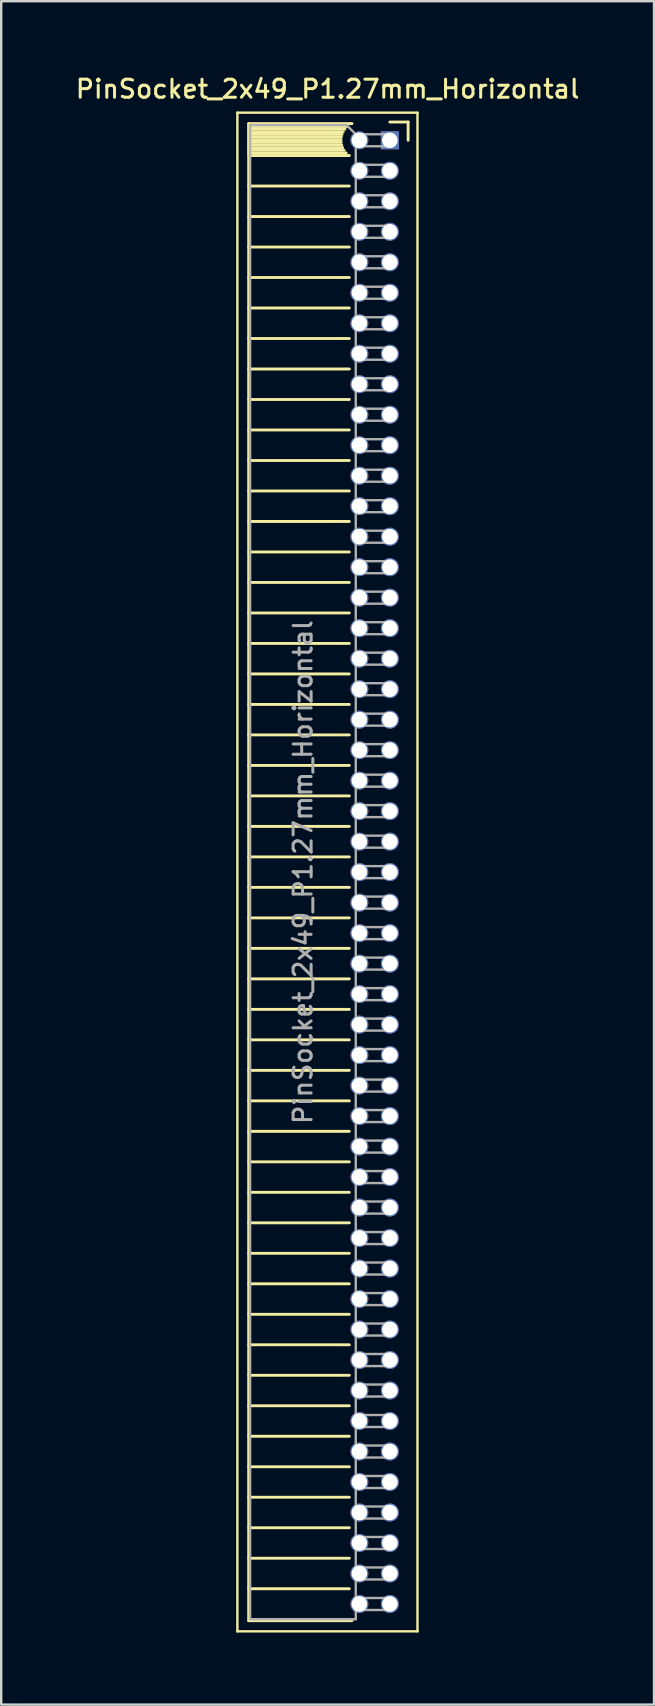
<source format=kicad_pcb>
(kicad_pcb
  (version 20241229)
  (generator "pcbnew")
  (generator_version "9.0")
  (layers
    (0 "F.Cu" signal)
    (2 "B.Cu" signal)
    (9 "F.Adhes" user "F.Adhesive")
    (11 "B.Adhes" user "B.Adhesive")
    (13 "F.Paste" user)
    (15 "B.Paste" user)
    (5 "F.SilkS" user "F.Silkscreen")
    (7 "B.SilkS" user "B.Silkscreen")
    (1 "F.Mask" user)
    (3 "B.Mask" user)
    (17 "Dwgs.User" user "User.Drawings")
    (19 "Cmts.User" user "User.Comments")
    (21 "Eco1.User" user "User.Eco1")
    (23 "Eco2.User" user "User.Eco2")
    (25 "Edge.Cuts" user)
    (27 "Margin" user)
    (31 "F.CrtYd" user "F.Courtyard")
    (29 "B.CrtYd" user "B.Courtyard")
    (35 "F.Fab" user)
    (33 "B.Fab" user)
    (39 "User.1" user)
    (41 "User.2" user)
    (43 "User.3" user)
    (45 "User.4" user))
  (footprint "PinSocket_2x49_P1.27mm_Horizontal"
    (layer "F.Cu")
    (at 13.187 2.793)
    (property "Reference" "PinSocket_2x49_P1.27mm_Horizontal" (at -2.592 -2.135 0) (layer "F.SilkS") (effects (font (size 0.75 0.75) (thickness 0.125))))
    (attr through_hole)
    (fp_line (start -6.35 -1.15) (end -6.35 62.1) (stroke (width 0.1) (type solid)) (layer "F.SilkS"))
    (fp_line (start -6.35 62.1) (end 1.15 62.1) (stroke (width 0.1) (type solid)) (layer "F.SilkS"))
    (fp_line (start -5.88 -0.695) (end -5.88 61.655) (stroke (width 0.12) (type solid)) (layer "F.SilkS"))
    (fp_line (start -5.88 -0.695) (end -1.578 -0.695) (stroke (width 0.12) (type solid)) (layer "F.SilkS"))
    (fp_line (start -5.88 -0.575) (end -1.767 -0.575) (stroke (width 0.12) (type solid)) (layer "F.SilkS"))
    (fp_line (start -5.88 -0.465) (end -1.871 -0.465) (stroke (width 0.12) (type solid)) (layer "F.SilkS"))
    (fp_line (start -5.88 -0.355) (end -1.942 -0.355) (stroke (width 0.12) (type solid)) (layer "F.SilkS"))
    (fp_line (start -5.88 -0.245) (end -1.989 -0.245) (stroke (width 0.12) (type solid)) (layer "F.SilkS"))
    (fp_line (start -5.88 -0.135) (end -2.018 -0.135) (stroke (width 0.12) (type solid)) (layer "F.SilkS"))
    (fp_line (start -5.88 -0.025) (end -2.03 -0.025) (stroke (width 0.12) (type solid)) (layer "F.SilkS"))
    (fp_line (start -5.88 0.085) (end -2.025 0.085) (stroke (width 0.12) (type solid)) (layer "F.SilkS"))
    (fp_line (start -5.88 0.195) (end -2.005 0.195) (stroke (width 0.12) (type solid)) (layer "F.SilkS"))
    (fp_line (start -5.88 0.305) (end -1.966 0.305) (stroke (width 0.12) (type solid)) (layer "F.SilkS"))
    (fp_line (start -5.88 0.415) (end -1.907 0.415) (stroke (width 0.12) (type solid)) (layer "F.SilkS"))
    (fp_line (start -5.88 0.525) (end -1.82 0.525) (stroke (width 0.12) (type solid)) (layer "F.SilkS"))
    (fp_line (start -5.88 0.635) (end -1.688 0.635) (stroke (width 0.12) (type solid)) (layer "F.SilkS"))
    (fp_line (start -5.88 1.905) (end -1.688 1.905) (stroke (width 0.12) (type solid)) (layer "F.SilkS"))
    (fp_line (start -5.88 3.175) (end -1.688 3.175) (stroke (width 0.12) (type solid)) (layer "F.SilkS"))
    (fp_line (start -5.88 4.445) (end -1.688 4.445) (stroke (width 0.12) (type solid)) (layer "F.SilkS"))
    (fp_line (start -5.88 5.715) (end -1.688 5.715) (stroke (width 0.12) (type solid)) (layer "F.SilkS"))
    (fp_line (start -5.88 6.985) (end -1.688 6.985) (stroke (width 0.12) (type solid)) (layer "F.SilkS"))
    (fp_line (start -5.88 8.255) (end -1.688 8.255) (stroke (width 0.12) (type solid)) (layer "F.SilkS"))
    (fp_line (start -5.88 9.525) (end -1.688 9.525) (stroke (width 0.12) (type solid)) (layer "F.SilkS"))
    (fp_line (start -5.88 10.795) (end -1.688 10.795) (stroke (width 0.12) (type solid)) (layer "F.SilkS"))
    (fp_line (start -5.88 12.065) (end -1.688 12.065) (stroke (width 0.12) (type solid)) (layer "F.SilkS"))
    (fp_line (start -5.88 13.335) (end -1.688 13.335) (stroke (width 0.12) (type solid)) (layer "F.SilkS"))
    (fp_line (start -5.88 14.605) (end -1.688 14.605) (stroke (width 0.12) (type solid)) (layer "F.SilkS"))
    (fp_line (start -5.88 15.875) (end -1.688 15.875) (stroke (width 0.12) (type solid)) (layer "F.SilkS"))
    (fp_line (start -5.88 17.145) (end -1.688 17.145) (stroke (width 0.12) (type solid)) (layer "F.SilkS"))
    (fp_line (start -5.88 18.415) (end -1.688 18.415) (stroke (width 0.12) (type solid)) (layer "F.SilkS"))
    (fp_line (start -5.88 19.685) (end -1.688 19.685) (stroke (width 0.12) (type solid)) (layer "F.SilkS"))
    (fp_line (start -5.88 20.955) (end -1.688 20.955) (stroke (width 0.12) (type solid)) (layer "F.SilkS"))
    (fp_line (start -5.88 22.225) (end -1.688 22.225) (stroke (width 0.12) (type solid)) (layer "F.SilkS"))
    (fp_line (start -5.88 23.495) (end -1.688 23.495) (stroke (width 0.12) (type solid)) (layer "F.SilkS"))
    (fp_line (start -5.88 24.765) (end -1.688 24.765) (stroke (width 0.12) (type solid)) (layer "F.SilkS"))
    (fp_line (start -5.88 26.035) (end -1.688 26.035) (stroke (width 0.12) (type solid)) (layer "F.SilkS"))
    (fp_line (start -5.88 27.305) (end -1.688 27.305) (stroke (width 0.12) (type solid)) (layer "F.SilkS"))
    (fp_line (start -5.88 28.575) (end -1.688 28.575) (stroke (width 0.12) (type solid)) (layer "F.SilkS"))
    (fp_line (start -5.88 29.845) (end -1.688 29.845) (stroke (width 0.12) (type solid)) (layer "F.SilkS"))
    (fp_line (start -5.88 31.115) (end -1.688 31.115) (stroke (width 0.12) (type solid)) (layer "F.SilkS"))
    (fp_line (start -5.88 32.385) (end -1.688 32.385) (stroke (width 0.12) (type solid)) (layer "F.SilkS"))
    (fp_line (start -5.88 33.655) (end -1.688 33.655) (stroke (width 0.12) (type solid)) (layer "F.SilkS"))
    (fp_line (start -5.88 34.925) (end -1.688 34.925) (stroke (width 0.12) (type solid)) (layer "F.SilkS"))
    (fp_line (start -5.88 36.195) (end -1.688 36.195) (stroke (width 0.12) (type solid)) (layer "F.SilkS"))
    (fp_line (start -5.88 37.465) (end -1.688 37.465) (stroke (width 0.12) (type solid)) (layer "F.SilkS"))
    (fp_line (start -5.88 38.735) (end -1.688 38.735) (stroke (width 0.12) (type solid)) (layer "F.SilkS"))
    (fp_line (start -5.88 40.005) (end -1.688 40.005) (stroke (width 0.12) (type solid)) (layer "F.SilkS"))
    (fp_line (start -5.88 41.275) (end -1.688 41.275) (stroke (width 0.12) (type solid)) (layer "F.SilkS"))
    (fp_line (start -5.88 42.545) (end -1.688 42.545) (stroke (width 0.12) (type solid)) (layer "F.SilkS"))
    (fp_line (start -5.88 43.815) (end -1.688 43.815) (stroke (width 0.12) (type solid)) (layer "F.SilkS"))
    (fp_line (start -5.88 45.085) (end -1.688 45.085) (stroke (width 0.12) (type solid)) (layer "F.SilkS"))
    (fp_line (start -5.88 46.355) (end -1.688 46.355) (stroke (width 0.12) (type solid)) (layer "F.SilkS"))
    (fp_line (start -5.88 47.625) (end -1.688 47.625) (stroke (width 0.12) (type solid)) (layer "F.SilkS"))
    (fp_line (start -5.88 48.895) (end -1.688 48.895) (stroke (width 0.12) (type solid)) (layer "F.SilkS"))
    (fp_line (start -5.88 50.165) (end -1.688 50.165) (stroke (width 0.12) (type solid)) (layer "F.SilkS"))
    (fp_line (start -5.88 51.435) (end -1.688 51.435) (stroke (width 0.12) (type solid)) (layer "F.SilkS"))
    (fp_line (start -5.88 52.705) (end -1.688 52.705) (stroke (width 0.12) (type solid)) (layer "F.SilkS"))
    (fp_line (start -5.88 53.975) (end -1.688 53.975) (stroke (width 0.12) (type solid)) (layer "F.SilkS"))
    (fp_line (start -5.88 55.245) (end -1.688 55.245) (stroke (width 0.12) (type solid)) (layer "F.SilkS"))
    (fp_line (start -5.88 56.515) (end -1.688 56.515) (stroke (width 0.12) (type solid)) (layer "F.SilkS"))
    (fp_line (start -5.88 57.785) (end -1.688 57.785) (stroke (width 0.12) (type solid)) (layer "F.SilkS"))
    (fp_line (start -5.88 59.055) (end -1.688 59.055) (stroke (width 0.12) (type solid)) (layer "F.SilkS"))
    (fp_line (start -5.88 60.325) (end -1.688 60.325) (stroke (width 0.12) (type solid)) (layer "F.SilkS"))
    (fp_line (start -5.88 61.655) (end -1.578 61.655) (stroke (width 0.12) (type solid)) (layer "F.SilkS"))
    (fp_line (start 0 -0.76) (end 0.76 -0.76) (stroke (width 0.12) (type solid)) (layer "F.SilkS"))
    (fp_line (start 0.76 -0.76) (end 0.76 0) (stroke (width 0.12) (type solid)) (layer "F.SilkS"))
    (fp_line (start 1.15 -1.15) (end -6.35 -1.15) (stroke (width 0.1) (type solid)) (layer "F.SilkS"))
    (fp_line (start 1.15 62.1) (end 1.15 -1.15) (stroke (width 0.1) (type solid)) (layer "F.SilkS"))
    (fp_line (start -5.82 -0.635) (end -1.805 -0.635) (stroke (width 0.1) (type solid)) (layer "F.Fab"))
    (fp_line (start -5.82 61.595) (end -5.82 -0.635) (stroke (width 0.1) (type solid)) (layer "F.Fab"))
    (fp_line (start -1.805 -0.635) (end -1.42 -0.25) (stroke (width 0.1) (type solid)) (layer "F.Fab"))
    (fp_line (start -1.42 -0.25) (end -1.42 61.595) (stroke (width 0.1) (type solid)) (layer "F.Fab"))
    (fp_line (start -1.42 0.25) (end 0 0.25) (stroke (width 0.1) (type solid)) (layer "F.Fab"))
    (fp_line (start -1.42 1.52) (end 0 1.52) (stroke (width 0.1) (type solid)) (layer "F.Fab"))
    (fp_line (start -1.42 2.79) (end 0 2.79) (stroke (width 0.1) (type solid)) (layer "F.Fab"))
    (fp_line (start -1.42 4.06) (end 0 4.06) (stroke (width 0.1) (type solid)) (layer "F.Fab"))
    (fp_line (start -1.42 5.33) (end 0 5.33) (stroke (width 0.1) (type solid)) (layer "F.Fab"))
    (fp_line (start -1.42 6.6) (end 0 6.6) (stroke (width 0.1) (type solid)) (layer "F.Fab"))
    (fp_line (start -1.42 7.87) (end 0 7.87) (stroke (width 0.1) (type solid)) (layer "F.Fab"))
    (fp_line (start -1.42 9.14) (end 0 9.14) (stroke (width 0.1) (type solid)) (layer "F.Fab"))
    (fp_line (start -1.42 10.41) (end 0 10.41) (stroke (width 0.1) (type solid)) (layer "F.Fab"))
    (fp_line (start -1.42 11.68) (end 0 11.68) (stroke (width 0.1) (type solid)) (layer "F.Fab"))
    (fp_line (start -1.42 12.95) (end 0 12.95) (stroke (width 0.1) (type solid)) (layer "F.Fab"))
    (fp_line (start -1.42 14.22) (end 0 14.22) (stroke (width 0.1) (type solid)) (layer "F.Fab"))
    (fp_line (start -1.42 15.49) (end 0 15.49) (stroke (width 0.1) (type solid)) (layer "F.Fab"))
    (fp_line (start -1.42 16.76) (end 0 16.76) (stroke (width 0.1) (type solid)) (layer "F.Fab"))
    (fp_line (start -1.42 18.03) (end 0 18.03) (stroke (width 0.1) (type solid)) (layer "F.Fab"))
    (fp_line (start -1.42 19.3) (end 0 19.3) (stroke (width 0.1) (type solid)) (layer "F.Fab"))
    (fp_line (start -1.42 20.57) (end 0 20.57) (stroke (width 0.1) (type solid)) (layer "F.Fab"))
    (fp_line (start -1.42 21.84) (end 0 21.84) (stroke (width 0.1) (type solid)) (layer "F.Fab"))
    (fp_line (start -1.42 23.11) (end 0 23.11) (stroke (width 0.1) (type solid)) (layer "F.Fab"))
    (fp_line (start -1.42 24.38) (end 0 24.38) (stroke (width 0.1) (type solid)) (layer "F.Fab"))
    (fp_line (start -1.42 25.65) (end 0 25.65) (stroke (width 0.1) (type solid)) (layer "F.Fab"))
    (fp_line (start -1.42 26.92) (end 0 26.92) (stroke (width 0.1) (type solid)) (layer "F.Fab"))
    (fp_line (start -1.42 28.19) (end 0 28.19) (stroke (width 0.1) (type solid)) (layer "F.Fab"))
    (fp_line (start -1.42 29.46) (end 0 29.46) (stroke (width 0.1) (type solid)) (layer "F.Fab"))
    (fp_line (start -1.42 30.73) (end 0 30.73) (stroke (width 0.1) (type solid)) (layer "F.Fab"))
    (fp_line (start -1.42 32) (end 0 32) (stroke (width 0.1) (type solid)) (layer "F.Fab"))
    (fp_line (start -1.42 33.27) (end 0 33.27) (stroke (width 0.1) (type solid)) (layer "F.Fab"))
    (fp_line (start -1.42 34.54) (end 0 34.54) (stroke (width 0.1) (type solid)) (layer "F.Fab"))
    (fp_line (start -1.42 35.81) (end 0 35.81) (stroke (width 0.1) (type solid)) (layer "F.Fab"))
    (fp_line (start -1.42 37.08) (end 0 37.08) (stroke (width 0.1) (type solid)) (layer "F.Fab"))
    (fp_line (start -1.42 38.35) (end 0 38.35) (stroke (width 0.1) (type solid)) (layer "F.Fab"))
    (fp_line (start -1.42 39.62) (end 0 39.62) (stroke (width 0.1) (type solid)) (layer "F.Fab"))
    (fp_line (start -1.42 40.89) (end 0 40.89) (stroke (width 0.1) (type solid)) (layer "F.Fab"))
    (fp_line (start -1.42 42.16) (end 0 42.16) (stroke (width 0.1) (type solid)) (layer "F.Fab"))
    (fp_line (start -1.42 43.43) (end 0 43.43) (stroke (width 0.1) (type solid)) (layer "F.Fab"))
    (fp_line (start -1.42 44.7) (end 0 44.7) (stroke (width 0.1) (type solid)) (layer "F.Fab"))
    (fp_line (start -1.42 45.97) (end 0 45.97) (stroke (width 0.1) (type solid)) (layer "F.Fab"))
    (fp_line (start -1.42 47.24) (end 0 47.24) (stroke (width 0.1) (type solid)) (layer "F.Fab"))
    (fp_line (start -1.42 48.51) (end 0 48.51) (stroke (width 0.1) (type solid)) (layer "F.Fab"))
    (fp_line (start -1.42 49.78) (end 0 49.78) (stroke (width 0.1) (type solid)) (layer "F.Fab"))
    (fp_line (start -1.42 51.05) (end 0 51.05) (stroke (width 0.1) (type solid)) (layer "F.Fab"))
    (fp_line (start -1.42 52.32) (end 0 52.32) (stroke (width 0.1) (type solid)) (layer "F.Fab"))
    (fp_line (start -1.42 53.59) (end 0 53.59) (stroke (width 0.1) (type solid)) (layer "F.Fab"))
    (fp_line (start -1.42 54.86) (end 0 54.86) (stroke (width 0.1) (type solid)) (layer "F.Fab"))
    (fp_line (start -1.42 56.13) (end 0 56.13) (stroke (width 0.1) (type solid)) (layer "F.Fab"))
    (fp_line (start -1.42 57.4) (end 0 57.4) (stroke (width 0.1) (type solid)) (layer "F.Fab"))
    (fp_line (start -1.42 58.67) (end 0 58.67) (stroke (width 0.1) (type solid)) (layer "F.Fab"))
    (fp_line (start -1.42 59.94) (end 0 59.94) (stroke (width 0.1) (type solid)) (layer "F.Fab"))
    (fp_line (start -1.42 61.21) (end 0 61.21) (stroke (width 0.1) (type solid)) (layer "F.Fab"))
    (fp_line (start -1.42 61.595) (end -5.82 61.595) (stroke (width 0.1) (type solid)) (layer "F.Fab"))
    (fp_line (start 0 -0.25) (end -1.42 -0.25) (stroke (width 0.1) (type solid)) (layer "F.Fab"))
    (fp_line (start 0 0.25) (end 0 -0.25) (stroke (width 0.1) (type solid)) (layer "F.Fab"))
    (fp_line (start 0 1.02) (end -1.42 1.02) (stroke (width 0.1) (type solid)) (layer "F.Fab"))
    (fp_line (start 0 1.52) (end 0 1.02) (stroke (width 0.1) (type solid)) (layer "F.Fab"))
    (fp_line (start 0 2.29) (end -1.42 2.29) (stroke (width 0.1) (type solid)) (layer "F.Fab"))
    (fp_line (start 0 2.79) (end 0 2.29) (stroke (width 0.1) (type solid)) (layer "F.Fab"))
    (fp_line (start 0 3.56) (end -1.42 3.56) (stroke (width 0.1) (type solid)) (layer "F.Fab"))
    (fp_line (start 0 4.06) (end 0 3.56) (stroke (width 0.1) (type solid)) (layer "F.Fab"))
    (fp_line (start 0 4.83) (end -1.42 4.83) (stroke (width 0.1) (type solid)) (layer "F.Fab"))
    (fp_line (start 0 5.33) (end 0 4.83) (stroke (width 0.1) (type solid)) (layer "F.Fab"))
    (fp_line (start 0 6.1) (end -1.42 6.1) (stroke (width 0.1) (type solid)) (layer "F.Fab"))
    (fp_line (start 0 6.6) (end 0 6.1) (stroke (width 0.1) (type solid)) (layer "F.Fab"))
    (fp_line (start 0 7.37) (end -1.42 7.37) (stroke (width 0.1) (type solid)) (layer "F.Fab"))
    (fp_line (start 0 7.87) (end 0 7.37) (stroke (width 0.1) (type solid)) (layer "F.Fab"))
    (fp_line (start 0 8.64) (end -1.42 8.64) (stroke (width 0.1) (type solid)) (layer "F.Fab"))
    (fp_line (start 0 9.14) (end 0 8.64) (stroke (width 0.1) (type solid)) (layer "F.Fab"))
    (fp_line (start 0 9.91) (end -1.42 9.91) (stroke (width 0.1) (type solid)) (layer "F.Fab"))
    (fp_line (start 0 10.41) (end 0 9.91) (stroke (width 0.1) (type solid)) (layer "F.Fab"))
    (fp_line (start 0 11.18) (end -1.42 11.18) (stroke (width 0.1) (type solid)) (layer "F.Fab"))
    (fp_line (start 0 11.68) (end 0 11.18) (stroke (width 0.1) (type solid)) (layer "F.Fab"))
    (fp_line (start 0 12.45) (end -1.42 12.45) (stroke (width 0.1) (type solid)) (layer "F.Fab"))
    (fp_line (start 0 12.95) (end 0 12.45) (stroke (width 0.1) (type solid)) (layer "F.Fab"))
    (fp_line (start 0 13.72) (end -1.42 13.72) (stroke (width 0.1) (type solid)) (layer "F.Fab"))
    (fp_line (start 0 14.22) (end 0 13.72) (stroke (width 0.1) (type solid)) (layer "F.Fab"))
    (fp_line (start 0 14.99) (end -1.42 14.99) (stroke (width 0.1) (type solid)) (layer "F.Fab"))
    (fp_line (start 0 15.49) (end 0 14.99) (stroke (width 0.1) (type solid)) (layer "F.Fab"))
    (fp_line (start 0 16.26) (end -1.42 16.26) (stroke (width 0.1) (type solid)) (layer "F.Fab"))
    (fp_line (start 0 16.76) (end 0 16.26) (stroke (width 0.1) (type solid)) (layer "F.Fab"))
    (fp_line (start 0 17.53) (end -1.42 17.53) (stroke (width 0.1) (type solid)) (layer "F.Fab"))
    (fp_line (start 0 18.03) (end 0 17.53) (stroke (width 0.1) (type solid)) (layer "F.Fab"))
    (fp_line (start 0 18.8) (end -1.42 18.8) (stroke (width 0.1) (type solid)) (layer "F.Fab"))
    (fp_line (start 0 19.3) (end 0 18.8) (stroke (width 0.1) (type solid)) (layer "F.Fab"))
    (fp_line (start 0 20.07) (end -1.42 20.07) (stroke (width 0.1) (type solid)) (layer "F.Fab"))
    (fp_line (start 0 20.57) (end 0 20.07) (stroke (width 0.1) (type solid)) (layer "F.Fab"))
    (fp_line (start 0 21.34) (end -1.42 21.34) (stroke (width 0.1) (type solid)) (layer "F.Fab"))
    (fp_line (start 0 21.84) (end 0 21.34) (stroke (width 0.1) (type solid)) (layer "F.Fab"))
    (fp_line (start 0 22.61) (end -1.42 22.61) (stroke (width 0.1) (type solid)) (layer "F.Fab"))
    (fp_line (start 0 23.11) (end 0 22.61) (stroke (width 0.1) (type solid)) (layer "F.Fab"))
    (fp_line (start 0 23.88) (end -1.42 23.88) (stroke (width 0.1) (type solid)) (layer "F.Fab"))
    (fp_line (start 0 24.38) (end 0 23.88) (stroke (width 0.1) (type solid)) (layer "F.Fab"))
    (fp_line (start 0 25.15) (end -1.42 25.15) (stroke (width 0.1) (type solid)) (layer "F.Fab"))
    (fp_line (start 0 25.65) (end 0 25.15) (stroke (width 0.1) (type solid)) (layer "F.Fab"))
    (fp_line (start 0 26.42) (end -1.42 26.42) (stroke (width 0.1) (type solid)) (layer "F.Fab"))
    (fp_line (start 0 26.92) (end 0 26.42) (stroke (width 0.1) (type solid)) (layer "F.Fab"))
    (fp_line (start 0 27.69) (end -1.42 27.69) (stroke (width 0.1) (type solid)) (layer "F.Fab"))
    (fp_line (start 0 28.19) (end 0 27.69) (stroke (width 0.1) (type solid)) (layer "F.Fab"))
    (fp_line (start 0 28.96) (end -1.42 28.96) (stroke (width 0.1) (type solid)) (layer "F.Fab"))
    (fp_line (start 0 29.46) (end 0 28.96) (stroke (width 0.1) (type solid)) (layer "F.Fab"))
    (fp_line (start 0 30.23) (end -1.42 30.23) (stroke (width 0.1) (type solid)) (layer "F.Fab"))
    (fp_line (start 0 30.73) (end 0 30.23) (stroke (width 0.1) (type solid)) (layer "F.Fab"))
    (fp_line (start 0 31.5) (end -1.42 31.5) (stroke (width 0.1) (type solid)) (layer "F.Fab"))
    (fp_line (start 0 32) (end 0 31.5) (stroke (width 0.1) (type solid)) (layer "F.Fab"))
    (fp_line (start 0 32.77) (end -1.42 32.77) (stroke (width 0.1) (type solid)) (layer "F.Fab"))
    (fp_line (start 0 33.27) (end 0 32.77) (stroke (width 0.1) (type solid)) (layer "F.Fab"))
    (fp_line (start 0 34.04) (end -1.42 34.04) (stroke (width 0.1) (type solid)) (layer "F.Fab"))
    (fp_line (start 0 34.54) (end 0 34.04) (stroke (width 0.1) (type solid)) (layer "F.Fab"))
    (fp_line (start 0 35.31) (end -1.42 35.31) (stroke (width 0.1) (type solid)) (layer "F.Fab"))
    (fp_line (start 0 35.81) (end 0 35.31) (stroke (width 0.1) (type solid)) (layer "F.Fab"))
    (fp_line (start 0 36.58) (end -1.42 36.58) (stroke (width 0.1) (type solid)) (layer "F.Fab"))
    (fp_line (start 0 37.08) (end 0 36.58) (stroke (width 0.1) (type solid)) (layer "F.Fab"))
    (fp_line (start 0 37.85) (end -1.42 37.85) (stroke (width 0.1) (type solid)) (layer "F.Fab"))
    (fp_line (start 0 38.35) (end 0 37.85) (stroke (width 0.1) (type solid)) (layer "F.Fab"))
    (fp_line (start 0 39.12) (end -1.42 39.12) (stroke (width 0.1) (type solid)) (layer "F.Fab"))
    (fp_line (start 0 39.62) (end 0 39.12) (stroke (width 0.1) (type solid)) (layer "F.Fab"))
    (fp_line (start 0 40.39) (end -1.42 40.39) (stroke (width 0.1) (type solid)) (layer "F.Fab"))
    (fp_line (start 0 40.89) (end 0 40.39) (stroke (width 0.1) (type solid)) (layer "F.Fab"))
    (fp_line (start 0 41.66) (end -1.42 41.66) (stroke (width 0.1) (type solid)) (layer "F.Fab"))
    (fp_line (start 0 42.16) (end 0 41.66) (stroke (width 0.1) (type solid)) (layer "F.Fab"))
    (fp_line (start 0 42.93) (end -1.42 42.93) (stroke (width 0.1) (type solid)) (layer "F.Fab"))
    (fp_line (start 0 43.43) (end 0 42.93) (stroke (width 0.1) (type solid)) (layer "F.Fab"))
    (fp_line (start 0 44.2) (end -1.42 44.2) (stroke (width 0.1) (type solid)) (layer "F.Fab"))
    (fp_line (start 0 44.7) (end 0 44.2) (stroke (width 0.1) (type solid)) (layer "F.Fab"))
    (fp_line (start 0 45.47) (end -1.42 45.47) (stroke (width 0.1) (type solid)) (layer "F.Fab"))
    (fp_line (start 0 45.97) (end 0 45.47) (stroke (width 0.1) (type solid)) (layer "F.Fab"))
    (fp_line (start 0 46.74) (end -1.42 46.74) (stroke (width 0.1) (type solid)) (layer "F.Fab"))
    (fp_line (start 0 47.24) (end 0 46.74) (stroke (width 0.1) (type solid)) (layer "F.Fab"))
    (fp_line (start 0 48.01) (end -1.42 48.01) (stroke (width 0.1) (type solid)) (layer "F.Fab"))
    (fp_line (start 0 48.51) (end 0 48.01) (stroke (width 0.1) (type solid)) (layer "F.Fab"))
    (fp_line (start 0 49.28) (end -1.42 49.28) (stroke (width 0.1) (type solid)) (layer "F.Fab"))
    (fp_line (start 0 49.78) (end 0 49.28) (stroke (width 0.1) (type solid)) (layer "F.Fab"))
    (fp_line (start 0 50.55) (end -1.42 50.55) (stroke (width 0.1) (type solid)) (layer "F.Fab"))
    (fp_line (start 0 51.05) (end 0 50.55) (stroke (width 0.1) (type solid)) (layer "F.Fab"))
    (fp_line (start 0 51.82) (end -1.42 51.82) (stroke (width 0.1) (type solid)) (layer "F.Fab"))
    (fp_line (start 0 52.32) (end 0 51.82) (stroke (width 0.1) (type solid)) (layer "F.Fab"))
    (fp_line (start 0 53.09) (end -1.42 53.09) (stroke (width 0.1) (type solid)) (layer "F.Fab"))
    (fp_line (start 0 53.59) (end 0 53.09) (stroke (width 0.1) (type solid)) (layer "F.Fab"))
    (fp_line (start 0 54.36) (end -1.42 54.36) (stroke (width 0.1) (type solid)) (layer "F.Fab"))
    (fp_line (start 0 54.86) (end 0 54.36) (stroke (width 0.1) (type solid)) (layer "F.Fab"))
    (fp_line (start 0 55.63) (end -1.42 55.63) (stroke (width 0.1) (type solid)) (layer "F.Fab"))
    (fp_line (start 0 56.13) (end 0 55.63) (stroke (width 0.1) (type solid)) (layer "F.Fab"))
    (fp_line (start 0 56.9) (end -1.42 56.9) (stroke (width 0.1) (type solid)) (layer "F.Fab"))
    (fp_line (start 0 57.4) (end 0 56.9) (stroke (width 0.1) (type solid)) (layer "F.Fab"))
    (fp_line (start 0 58.17) (end -1.42 58.17) (stroke (width 0.1) (type solid)) (layer "F.Fab"))
    (fp_line (start 0 58.67) (end 0 58.17) (stroke (width 0.1) (type solid)) (layer "F.Fab"))
    (fp_line (start 0 59.44) (end -1.42 59.44) (stroke (width 0.1) (type solid)) (layer "F.Fab"))
    (fp_line (start 0 59.94) (end 0 59.44) (stroke (width 0.1) (type solid)) (layer "F.Fab"))
    (fp_line (start 0 60.71) (end -1.42 60.71) (stroke (width 0.1) (type solid)) (layer "F.Fab"))
    (fp_line (start 0 61.21) (end 0 60.71) (stroke (width 0.1) (type solid)) (layer "F.Fab"))
    (fp_text user "${REFERENCE}" (at -3.62 30.48 90) (layer "F.Fab") (effects (font (size 0.75 0.75) (thickness 0.125))))
    (pad "1" thru_hole rect (at 0 0) (size 0.75 0.75) (drill 0.65) (layers "*.Cu" "*.Mask"))
    (pad "2" thru_hole oval (at -1.27 0) (size 0.75 0.75) (drill 0.65) (layers "*.Cu" "*.Mask"))
    (pad "3" thru_hole oval (at 0 1.27) (size 0.75 0.75) (drill 0.65) (layers "*.Cu" "*.Mask"))
    (pad "4" thru_hole oval (at -1.27 1.27) (size 0.75 0.75) (drill 0.65) (layers "*.Cu" "*.Mask"))
    (pad "5" thru_hole oval (at 0 2.54) (size 0.75 0.75) (drill 0.65) (layers "*.Cu" "*.Mask"))
    (pad "6" thru_hole oval (at -1.27 2.54) (size 0.75 0.75) (drill 0.65) (layers "*.Cu" "*.Mask"))
    (pad "7" thru_hole oval (at 0 3.81) (size 0.75 0.75) (drill 0.65) (layers "*.Cu" "*.Mask"))
    (pad "8" thru_hole oval (at -1.27 3.81) (size 0.75 0.75) (drill 0.65) (layers "*.Cu" "*.Mask"))
    (pad "9" thru_hole oval (at 0 5.08) (size 0.75 0.75) (drill 0.65) (layers "*.Cu" "*.Mask"))
    (pad "10" thru_hole oval (at -1.27 5.08) (size 0.75 0.75) (drill 0.65) (layers "*.Cu" "*.Mask"))
    (pad "11" thru_hole oval (at 0 6.35) (size 0.75 0.75) (drill 0.65) (layers "*.Cu" "*.Mask"))
    (pad "12" thru_hole oval (at -1.27 6.35) (size 0.75 0.75) (drill 0.65) (layers "*.Cu" "*.Mask"))
    (pad "13" thru_hole oval (at 0 7.62) (size 0.75 0.75) (drill 0.65) (layers "*.Cu" "*.Mask"))
    (pad "14" thru_hole oval (at -1.27 7.62) (size 0.75 0.75) (drill 0.65) (layers "*.Cu" "*.Mask"))
    (pad "15" thru_hole oval (at 0 8.89) (size 0.75 0.75) (drill 0.65) (layers "*.Cu" "*.Mask"))
    (pad "16" thru_hole oval (at -1.27 8.89) (size 0.75 0.75) (drill 0.65) (layers "*.Cu" "*.Mask"))
    (pad "17" thru_hole oval (at 0 10.16) (size 0.75 0.75) (drill 0.65) (layers "*.Cu" "*.Mask"))
    (pad "18" thru_hole oval (at -1.27 10.16) (size 0.75 0.75) (drill 0.65) (layers "*.Cu" "*.Mask"))
    (pad "19" thru_hole oval (at 0 11.43) (size 0.75 0.75) (drill 0.65) (layers "*.Cu" "*.Mask"))
    (pad "20" thru_hole oval (at -1.27 11.43) (size 0.75 0.75) (drill 0.65) (layers "*.Cu" "*.Mask"))
    (pad "21" thru_hole oval (at 0 12.7) (size 0.75 0.75) (drill 0.65) (layers "*.Cu" "*.Mask"))
    (pad "22" thru_hole oval (at -1.27 12.7) (size 0.75 0.75) (drill 0.65) (layers "*.Cu" "*.Mask"))
    (pad "23" thru_hole oval (at 0 13.97) (size 0.75 0.75) (drill 0.65) (layers "*.Cu" "*.Mask"))
    (pad "24" thru_hole oval (at -1.27 13.97) (size 0.75 0.75) (drill 0.65) (layers "*.Cu" "*.Mask"))
    (pad "25" thru_hole oval (at 0 15.24) (size 0.75 0.75) (drill 0.65) (layers "*.Cu" "*.Mask"))
    (pad "26" thru_hole oval (at -1.27 15.24) (size 0.75 0.75) (drill 0.65) (layers "*.Cu" "*.Mask"))
    (pad "27" thru_hole oval (at 0 16.51) (size 0.75 0.75) (drill 0.65) (layers "*.Cu" "*.Mask"))
    (pad "28" thru_hole oval (at -1.27 16.51) (size 0.75 0.75) (drill 0.65) (layers "*.Cu" "*.Mask"))
    (pad "29" thru_hole oval (at 0 17.78) (size 0.75 0.75) (drill 0.65) (layers "*.Cu" "*.Mask"))
    (pad "30" thru_hole oval (at -1.27 17.78) (size 0.75 0.75) (drill 0.65) (layers "*.Cu" "*.Mask"))
    (pad "31" thru_hole oval (at 0 19.05) (size 0.75 0.75) (drill 0.65) (layers "*.Cu" "*.Mask"))
    (pad "32" thru_hole oval (at -1.27 19.05) (size 0.75 0.75) (drill 0.65) (layers "*.Cu" "*.Mask"))
    (pad "33" thru_hole oval (at 0 20.32) (size 0.75 0.75) (drill 0.65) (layers "*.Cu" "*.Mask"))
    (pad "34" thru_hole oval (at -1.27 20.32) (size 0.75 0.75) (drill 0.65) (layers "*.Cu" "*.Mask"))
    (pad "35" thru_hole oval (at 0 21.59) (size 0.75 0.75) (drill 0.65) (layers "*.Cu" "*.Mask"))
    (pad "36" thru_hole oval (at -1.27 21.59) (size 0.75 0.75) (drill 0.65) (layers "*.Cu" "*.Mask"))
    (pad "37" thru_hole oval (at 0 22.86) (size 0.75 0.75) (drill 0.65) (layers "*.Cu" "*.Mask"))
    (pad "38" thru_hole oval (at -1.27 22.86) (size 0.75 0.75) (drill 0.65) (layers "*.Cu" "*.Mask"))
    (pad "39" thru_hole oval (at 0 24.13) (size 0.75 0.75) (drill 0.65) (layers "*.Cu" "*.Mask"))
    (pad "40" thru_hole oval (at -1.27 24.13) (size 0.75 0.75) (drill 0.65) (layers "*.Cu" "*.Mask"))
    (pad "41" thru_hole oval (at 0 25.4) (size 0.75 0.75) (drill 0.65) (layers "*.Cu" "*.Mask"))
    (pad "42" thru_hole oval (at -1.27 25.4) (size 0.75 0.75) (drill 0.65) (layers "*.Cu" "*.Mask"))
    (pad "43" thru_hole oval (at 0 26.67) (size 0.75 0.75) (drill 0.65) (layers "*.Cu" "*.Mask"))
    (pad "44" thru_hole oval (at -1.27 26.67) (size 0.75 0.75) (drill 0.65) (layers "*.Cu" "*.Mask"))
    (pad "45" thru_hole oval (at 0 27.94) (size 0.75 0.75) (drill 0.65) (layers "*.Cu" "*.Mask"))
    (pad "46" thru_hole oval (at -1.27 27.94) (size 0.75 0.75) (drill 0.65) (layers "*.Cu" "*.Mask"))
    (pad "47" thru_hole oval (at 0 29.21) (size 0.75 0.75) (drill 0.65) (layers "*.Cu" "*.Mask"))
    (pad "48" thru_hole oval (at -1.27 29.21) (size 0.75 0.75) (drill 0.65) (layers "*.Cu" "*.Mask"))
    (pad "49" thru_hole oval (at 0 30.48) (size 0.75 0.75) (drill 0.65) (layers "*.Cu" "*.Mask"))
    (pad "50" thru_hole oval (at -1.27 30.48) (size 0.75 0.75) (drill 0.65) (layers "*.Cu" "*.Mask"))
    (pad "51" thru_hole oval (at 0 31.75) (size 0.75 0.75) (drill 0.65) (layers "*.Cu" "*.Mask"))
    (pad "52" thru_hole oval (at -1.27 31.75) (size 0.75 0.75) (drill 0.65) (layers "*.Cu" "*.Mask"))
    (pad "53" thru_hole oval (at 0 33.02) (size 0.75 0.75) (drill 0.65) (layers "*.Cu" "*.Mask"))
    (pad "54" thru_hole oval (at -1.27 33.02) (size 0.75 0.75) (drill 0.65) (layers "*.Cu" "*.Mask"))
    (pad "55" thru_hole oval (at 0 34.29) (size 0.75 0.75) (drill 0.65) (layers "*.Cu" "*.Mask"))
    (pad "56" thru_hole oval (at -1.27 34.29) (size 0.75 0.75) (drill 0.65) (layers "*.Cu" "*.Mask"))
    (pad "57" thru_hole oval (at 0 35.56) (size 0.75 0.75) (drill 0.65) (layers "*.Cu" "*.Mask"))
    (pad "58" thru_hole oval (at -1.27 35.56) (size 0.75 0.75) (drill 0.65) (layers "*.Cu" "*.Mask"))
    (pad "59" thru_hole oval (at 0 36.83) (size 0.75 0.75) (drill 0.65) (layers "*.Cu" "*.Mask"))
    (pad "60" thru_hole oval (at -1.27 36.83) (size 0.75 0.75) (drill 0.65) (layers "*.Cu" "*.Mask"))
    (pad "61" thru_hole oval (at 0 38.1) (size 0.75 0.75) (drill 0.65) (layers "*.Cu" "*.Mask"))
    (pad "62" thru_hole oval (at -1.27 38.1) (size 0.75 0.75) (drill 0.65) (layers "*.Cu" "*.Mask"))
    (pad "63" thru_hole oval (at 0 39.37) (size 0.75 0.75) (drill 0.65) (layers "*.Cu" "*.Mask"))
    (pad "64" thru_hole oval (at -1.27 39.37) (size 0.75 0.75) (drill 0.65) (layers "*.Cu" "*.Mask"))
    (pad "65" thru_hole oval (at 0 40.64) (size 0.75 0.75) (drill 0.65) (layers "*.Cu" "*.Mask"))
    (pad "66" thru_hole oval (at -1.27 40.64) (size 0.75 0.75) (drill 0.65) (layers "*.Cu" "*.Mask"))
    (pad "67" thru_hole oval (at 0 41.91) (size 0.75 0.75) (drill 0.65) (layers "*.Cu" "*.Mask"))
    (pad "68" thru_hole oval (at -1.27 41.91) (size 0.75 0.75) (drill 0.65) (layers "*.Cu" "*.Mask"))
    (pad "69" thru_hole oval (at 0 43.18) (size 0.75 0.75) (drill 0.65) (layers "*.Cu" "*.Mask"))
    (pad "70" thru_hole oval (at -1.27 43.18) (size 0.75 0.75) (drill 0.65) (layers "*.Cu" "*.Mask"))
    (pad "71" thru_hole oval (at 0 44.45) (size 0.75 0.75) (drill 0.65) (layers "*.Cu" "*.Mask"))
    (pad "72" thru_hole oval (at -1.27 44.45) (size 0.75 0.75) (drill 0.65) (layers "*.Cu" "*.Mask"))
    (pad "73" thru_hole oval (at 0 45.72) (size 0.75 0.75) (drill 0.65) (layers "*.Cu" "*.Mask"))
    (pad "74" thru_hole oval (at -1.27 45.72) (size 0.75 0.75) (drill 0.65) (layers "*.Cu" "*.Mask"))
    (pad "75" thru_hole oval (at 0 46.99) (size 0.75 0.75) (drill 0.65) (layers "*.Cu" "*.Mask"))
    (pad "76" thru_hole oval (at -1.27 46.99) (size 0.75 0.75) (drill 0.65) (layers "*.Cu" "*.Mask"))
    (pad "77" thru_hole oval (at 0 48.26) (size 0.75 0.75) (drill 0.65) (layers "*.Cu" "*.Mask"))
    (pad "78" thru_hole oval (at -1.27 48.26) (size 0.75 0.75) (drill 0.65) (layers "*.Cu" "*.Mask"))
    (pad "79" thru_hole oval (at 0 49.53) (size 0.75 0.75) (drill 0.65) (layers "*.Cu" "*.Mask"))
    (pad "80" thru_hole oval (at -1.27 49.53) (size 0.75 0.75) (drill 0.65) (layers "*.Cu" "*.Mask"))
    (pad "81" thru_hole oval (at 0 50.8) (size 0.75 0.75) (drill 0.65) (layers "*.Cu" "*.Mask"))
    (pad "82" thru_hole oval (at -1.27 50.8) (size 0.75 0.75) (drill 0.65) (layers "*.Cu" "*.Mask"))
    (pad "83" thru_hole oval (at 0 52.07) (size 0.75 0.75) (drill 0.65) (layers "*.Cu" "*.Mask"))
    (pad "84" thru_hole oval (at -1.27 52.07) (size 0.75 0.75) (drill 0.65) (layers "*.Cu" "*.Mask"))
    (pad "85" thru_hole oval (at 0 53.34) (size 0.75 0.75) (drill 0.65) (layers "*.Cu" "*.Mask"))
    (pad "86" thru_hole oval (at -1.27 53.34) (size 0.75 0.75) (drill 0.65) (layers "*.Cu" "*.Mask"))
    (pad "87" thru_hole oval (at 0 54.61) (size 0.75 0.75) (drill 0.65) (layers "*.Cu" "*.Mask"))
    (pad "88" thru_hole oval (at -1.27 54.61) (size 0.75 0.75) (drill 0.65) (layers "*.Cu" "*.Mask"))
    (pad "89" thru_hole oval (at 0 55.88) (size 0.75 0.75) (drill 0.65) (layers "*.Cu" "*.Mask"))
    (pad "90" thru_hole oval (at -1.27 55.88) (size 0.75 0.75) (drill 0.65) (layers "*.Cu" "*.Mask"))
    (pad "91" thru_hole oval (at 0 57.15) (size 0.75 0.75) (drill 0.65) (layers "*.Cu" "*.Mask"))
    (pad "92" thru_hole oval (at -1.27 57.15) (size 0.75 0.75) (drill 0.65) (layers "*.Cu" "*.Mask"))
    (pad "93" thru_hole oval (at 0 58.42) (size 0.75 0.75) (drill 0.65) (layers "*.Cu" "*.Mask"))
    (pad "94" thru_hole oval (at -1.27 58.42) (size 0.75 0.75) (drill 0.65) (layers "*.Cu" "*.Mask"))
    (pad "95" thru_hole oval (at 0 59.69) (size 0.75 0.75) (drill 0.65) (layers "*.Cu" "*.Mask"))
    (pad "96" thru_hole oval (at -1.27 59.69) (size 0.75 0.75) (drill 0.65) (layers "*.Cu" "*.Mask"))
    (pad "97" thru_hole oval (at 0 60.96) (size 0.75 0.75) (drill 0.65) (layers "*.Cu" "*.Mask"))
    (pad "98" thru_hole oval (at -1.27 60.96) (size 0.75 0.75) (drill 0.65) (layers "*.Cu" "*.Mask")))
  (gr_rect
    (start -3 -3)
    (end 24.189 67.943)
    (stroke (width 0.1) (type default))
    (fill no)
    (layer "Edge.Cuts")))
</source>
